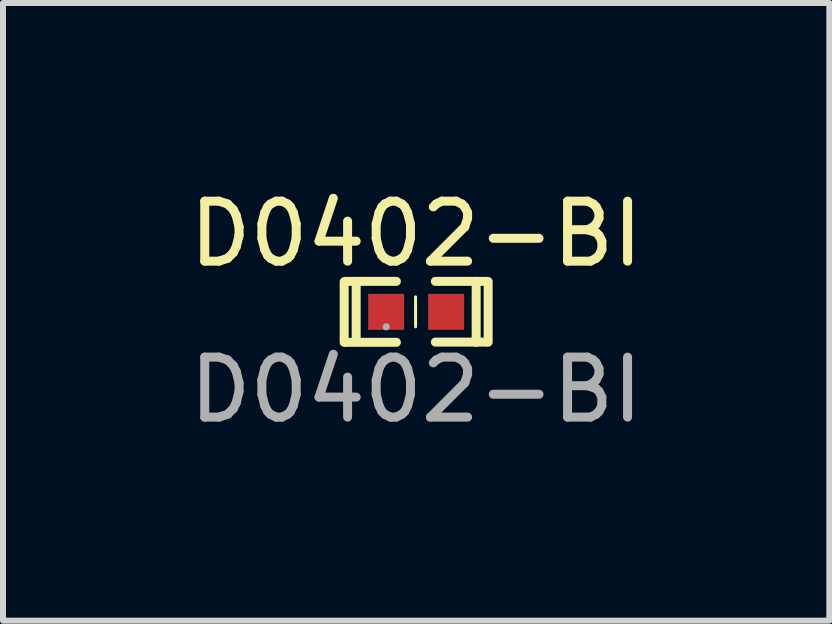
<source format=kicad_pcb>
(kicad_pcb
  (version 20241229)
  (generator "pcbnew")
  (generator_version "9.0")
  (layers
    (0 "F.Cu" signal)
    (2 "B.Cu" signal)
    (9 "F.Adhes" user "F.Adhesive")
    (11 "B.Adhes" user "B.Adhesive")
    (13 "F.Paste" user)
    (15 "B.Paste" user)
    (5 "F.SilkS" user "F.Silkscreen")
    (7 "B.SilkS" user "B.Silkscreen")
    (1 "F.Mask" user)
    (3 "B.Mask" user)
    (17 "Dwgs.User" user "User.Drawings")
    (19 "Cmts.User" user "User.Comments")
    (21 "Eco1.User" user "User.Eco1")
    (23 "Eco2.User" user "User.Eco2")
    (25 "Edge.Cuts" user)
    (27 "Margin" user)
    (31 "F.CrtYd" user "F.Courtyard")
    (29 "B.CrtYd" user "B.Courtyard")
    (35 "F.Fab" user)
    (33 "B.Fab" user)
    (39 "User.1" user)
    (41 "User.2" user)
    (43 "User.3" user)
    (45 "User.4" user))
  (footprint "D0402-BI"
    (layer "F.Cu")
    (at 3.887 2.148)
    (property "Reference" "D0402-BI" (at 0 -1.3 0) (layer "F.SilkS") (effects (font (size 1 1) (thickness 0.15))))
    (attr smd)
    (fp_line (start -1.2 0.508) (end -1.2 -0.502) (stroke (width 0.15) (type solid)) (layer "F.SilkS"))
    (fp_line (start -1.18 0.508) (end -0.33 0.508) (stroke (width 0.15) (type solid)) (layer "F.SilkS"))
    (fp_line (start -1 -0.5) (end -1 0.5) (stroke (width 0.15) (type solid)) (layer "F.SilkS"))
    (fp_line (start -0.33 -0.508) (end -1.18 -0.508) (stroke (width 0.15) (type solid)) (layer "F.SilkS"))
    (fp_line (start -0.01 -0.25) (end -0.01 0.25) (stroke (width 0.05) (type solid)) (layer "F.SilkS"))
    (fp_line (start 1 0.508) (end 1 -0.508) (stroke (width 0.15) (type solid)) (layer "F.SilkS"))
    (fp_line (start 1.17 -0.508) (end 0.32 -0.508) (stroke (width 0.15) (type solid)) (layer "F.SilkS"))
    (fp_line (start 1.17 0.504) (end 0.32 0.504) (stroke (width 0.15) (type solid)) (layer "F.SilkS"))
    (fp_line (start 1.2 -0.506) (end 1.2 0.506) (stroke (width 0.15) (type solid)) (layer "F.SilkS"))
    (fp_circle (center -0.5 0.25) (end -0.47 0.25) (stroke (width 0.06) (type solid)) (fill no) (layer "F.Fab"))
    (fp_text user "${REFERENCE}" (at 0 1.3 0) (layer "F.Fab") (effects (font (size 1 1) (thickness 0.15))))
    (pad "1" smd rect (at -0.5 0) (size 0.6 0.6) (layers "F.Cu" "F.Mask" "F.Paste"))
    (pad "2" smd rect (at 0.5 0) (size 0.6 0.6) (layers "F.Cu" "F.Mask" "F.Paste")))
  (gr_rect
    (start -3 -3)
    (end 10.774 7.296)
    (stroke (width 0.1) (type default))
    (fill no)
    (layer "Edge.Cuts")))
</source>
